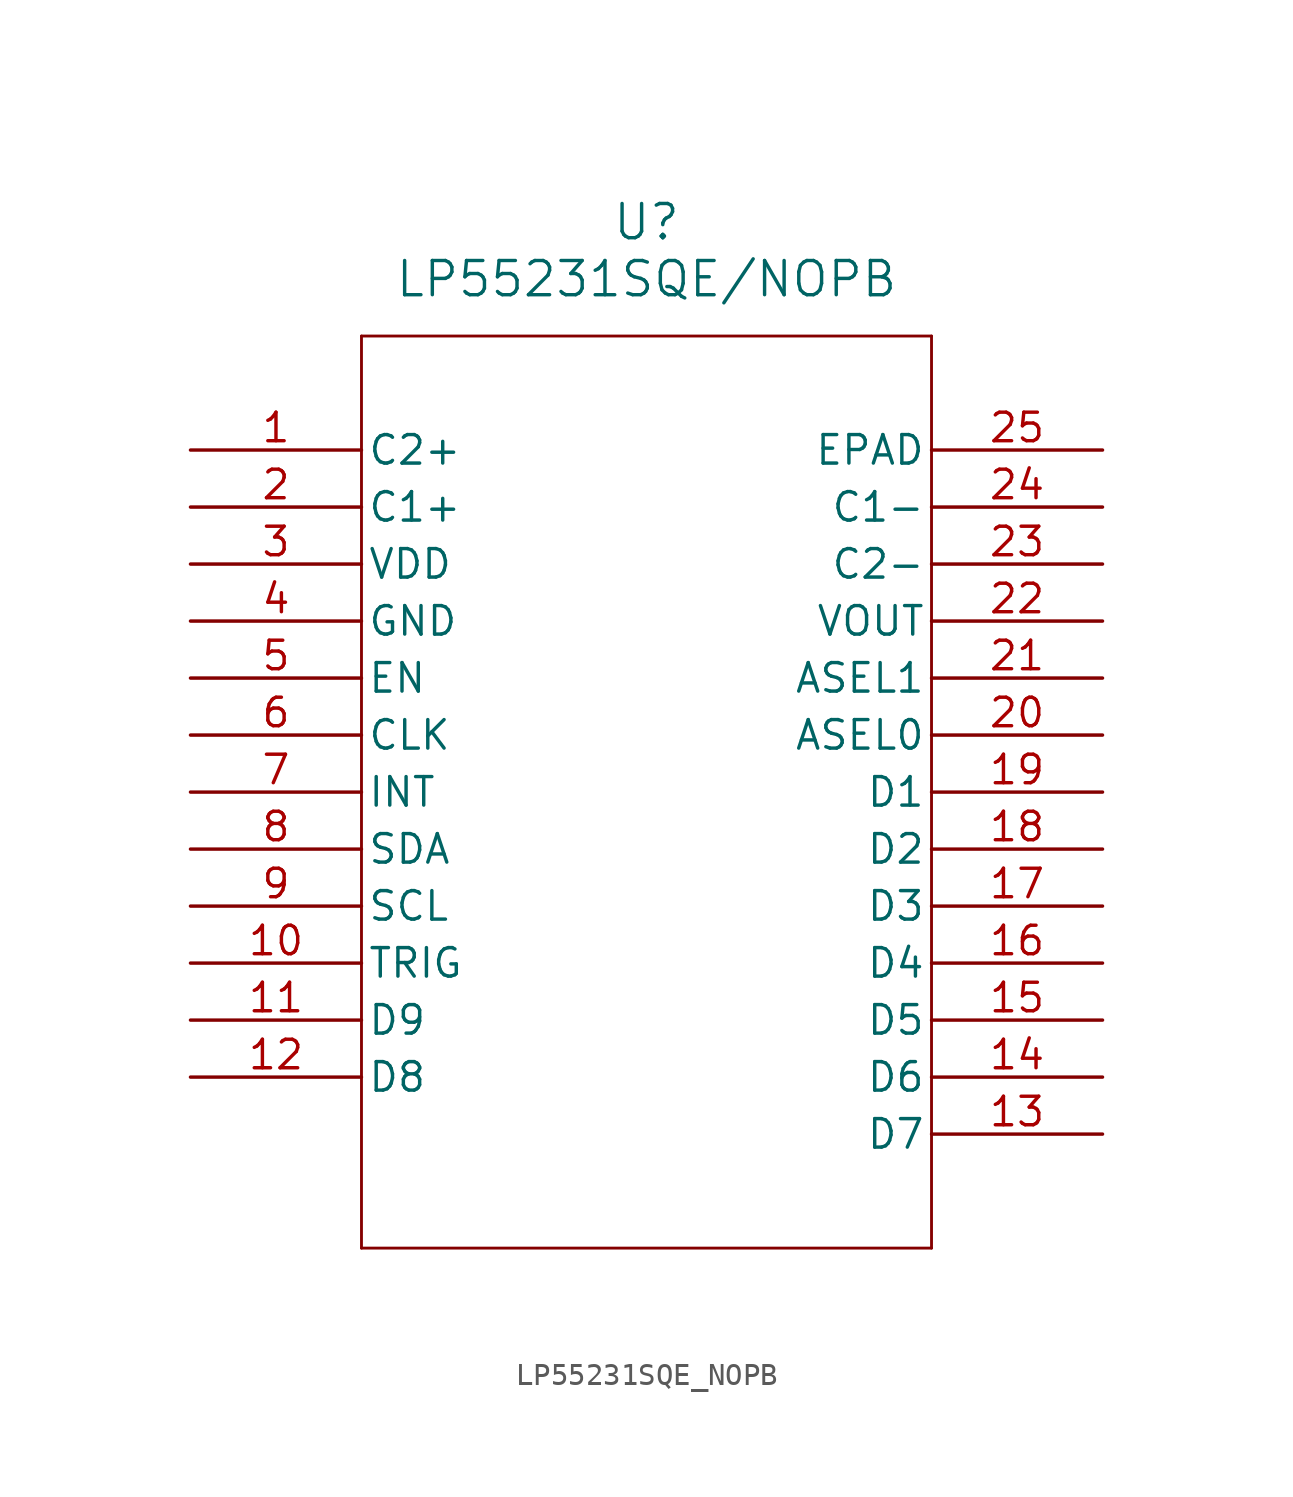
<source format=kicad_sym>
(kicad_symbol_lib
  (version 20211014)
  (generator kicad_symbol_editor)
  (symbol "LP55231SQE_NOPB"
    (pin_names
      (offset 0.254))
    (property "Reference" "U"
      (at 20.32 10.16 0)
      (effects (font (size 1.524 1.524))))
    (property "Value" "LP55231SQE/NOPB"
      (at 20.32 7.62 0)
      (effects (font (size 1.524 1.524))))
    (symbol "LP55231SQE_NOPB_0_1"
      (polyline (pts (xy 7.62 5.08) (xy 7.62 -35.56)) (stroke (width 0.127) (type default) (color 0 0 0 0)) (fill (type none)))
      (polyline (pts (xy 7.62 -35.56) (xy 33.02 -35.56)) (stroke (width 0.127) (type default) (color 0 0 0 0)) (fill (type none)))
      (polyline (pts (xy 33.02 -35.56) (xy 33.02 5.08)) (stroke (width 0.127) (type default) (color 0 0 0 0)) (fill (type none)))
      (polyline (pts (xy 33.02 5.08) (xy 7.62 5.08)) (stroke (width 0.127) (type default) (color 0 0 0 0)) (fill (type none)))
      (pin unspecified line (at 0 0 0) (length 7.62) (name "C2+" (effects (font (size 1.27 1.27)))) (number "1" (effects (font (size 1.27 1.27)))))
      (pin unspecified line (at 0 -2.54 0) (length 7.62) (name "C1+" (effects (font (size 1.27 1.27)))) (number "2" (effects (font (size 1.27 1.27)))))
      (pin power_in line (at 0 -5.08 0) (length 7.62) (name "VDD" (effects (font (size 1.27 1.27)))) (number "3" (effects (font (size 1.27 1.27)))))
      (pin power_in line (at 0 -7.62 0) (length 7.62) (name "GND" (effects (font (size 1.27 1.27)))) (number "4" (effects (font (size 1.27 1.27)))))
      (pin input line (at 0 -10.16 0) (length 7.62) (name "EN" (effects (font (size 1.27 1.27)))) (number "5" (effects (font (size 1.27 1.27)))))
      (pin input line (at 0 -12.7 0) (length 7.62) (name "CLK" (effects (font (size 1.27 1.27)))) (number "6" (effects (font (size 1.27 1.27)))))
      (pin output line (at 0 -15.24 0) (length 7.62) (name "INT" (effects (font (size 1.27 1.27)))) (number "7" (effects (font (size 1.27 1.27)))))
      (pin bidirectional line (at 0 -17.78 0) (length 7.62) (name "SDA" (effects (font (size 1.27 1.27)))) (number "8" (effects (font (size 1.27 1.27)))))
      (pin input line (at 0 -20.32 0) (length 7.62) (name "SCL" (effects (font (size 1.27 1.27)))) (number "9" (effects (font (size 1.27 1.27)))))
      (pin bidirectional line (at 0 -22.86 0) (length 7.62) (name "TRIG" (effects (font (size 1.27 1.27)))) (number "10" (effects (font (size 1.27 1.27)))))
      (pin output line (at 0 -25.4 0) (length 7.62) (name "D9" (effects (font (size 1.27 1.27)))) (number "11" (effects (font (size 1.27 1.27)))))
      (pin output line (at 0 -27.94 0) (length 7.62) (name "D8" (effects (font (size 1.27 1.27)))) (number "12" (effects (font (size 1.27 1.27)))))
      (pin output line (at 40.64 -30.48 180) (length 7.62) (name "D7" (effects (font (size 1.27 1.27)))) (number "13" (effects (font (size 1.27 1.27)))))
      (pin output line (at 40.64 -27.94 180) (length 7.62) (name "D6" (effects (font (size 1.27 1.27)))) (number "14" (effects (font (size 1.27 1.27)))))
      (pin output line (at 40.64 -25.4 180) (length 7.62) (name "D5" (effects (font (size 1.27 1.27)))) (number "15" (effects (font (size 1.27 1.27)))))
      (pin output line (at 40.64 -22.86 180) (length 7.62) (name "D4" (effects (font (size 1.27 1.27)))) (number "16" (effects (font (size 1.27 1.27)))))
      (pin output line (at 40.64 -20.32 180) (length 7.62) (name "D3" (effects (font (size 1.27 1.27)))) (number "17" (effects (font (size 1.27 1.27)))))
      (pin output line (at 40.64 -17.78 180) (length 7.62) (name "D2" (effects (font (size 1.27 1.27)))) (number "18" (effects (font (size 1.27 1.27)))))
      (pin output line (at 40.64 -15.24 180) (length 7.62) (name "D1" (effects (font (size 1.27 1.27)))) (number "19" (effects (font (size 1.27 1.27)))))
      (pin input line (at 40.64 -12.7 180) (length 7.62) (name "ASEL0" (effects (font (size 1.27 1.27)))) (number "20" (effects (font (size 1.27 1.27)))))
      (pin input line (at 40.64 -10.16 180) (length 7.62) (name "ASEL1" (effects (font (size 1.27 1.27)))) (number "21" (effects (font (size 1.27 1.27)))))
      (pin output line (at 40.64 -7.62 180) (length 7.62) (name "VOUT" (effects (font (size 1.27 1.27)))) (number "22" (effects (font (size 1.27 1.27)))))
      (pin unspecified line (at 40.64 -5.08 180) (length 7.62) (name "C2-" (effects (font (size 1.27 1.27)))) (number "23" (effects (font (size 1.27 1.27)))))
      (pin unspecified line (at 40.64 -2.54 180) (length 7.62) (name "C1-" (effects (font (size 1.27 1.27)))) (number "24" (effects (font (size 1.27 1.27)))))
      (pin unspecified line (at 40.64 0 180) (length 7.62) (name "EPAD" (effects (font (size 1.27 1.27)))) (number "25" (effects (font (size 1.27 1.27))))))))
</source>
